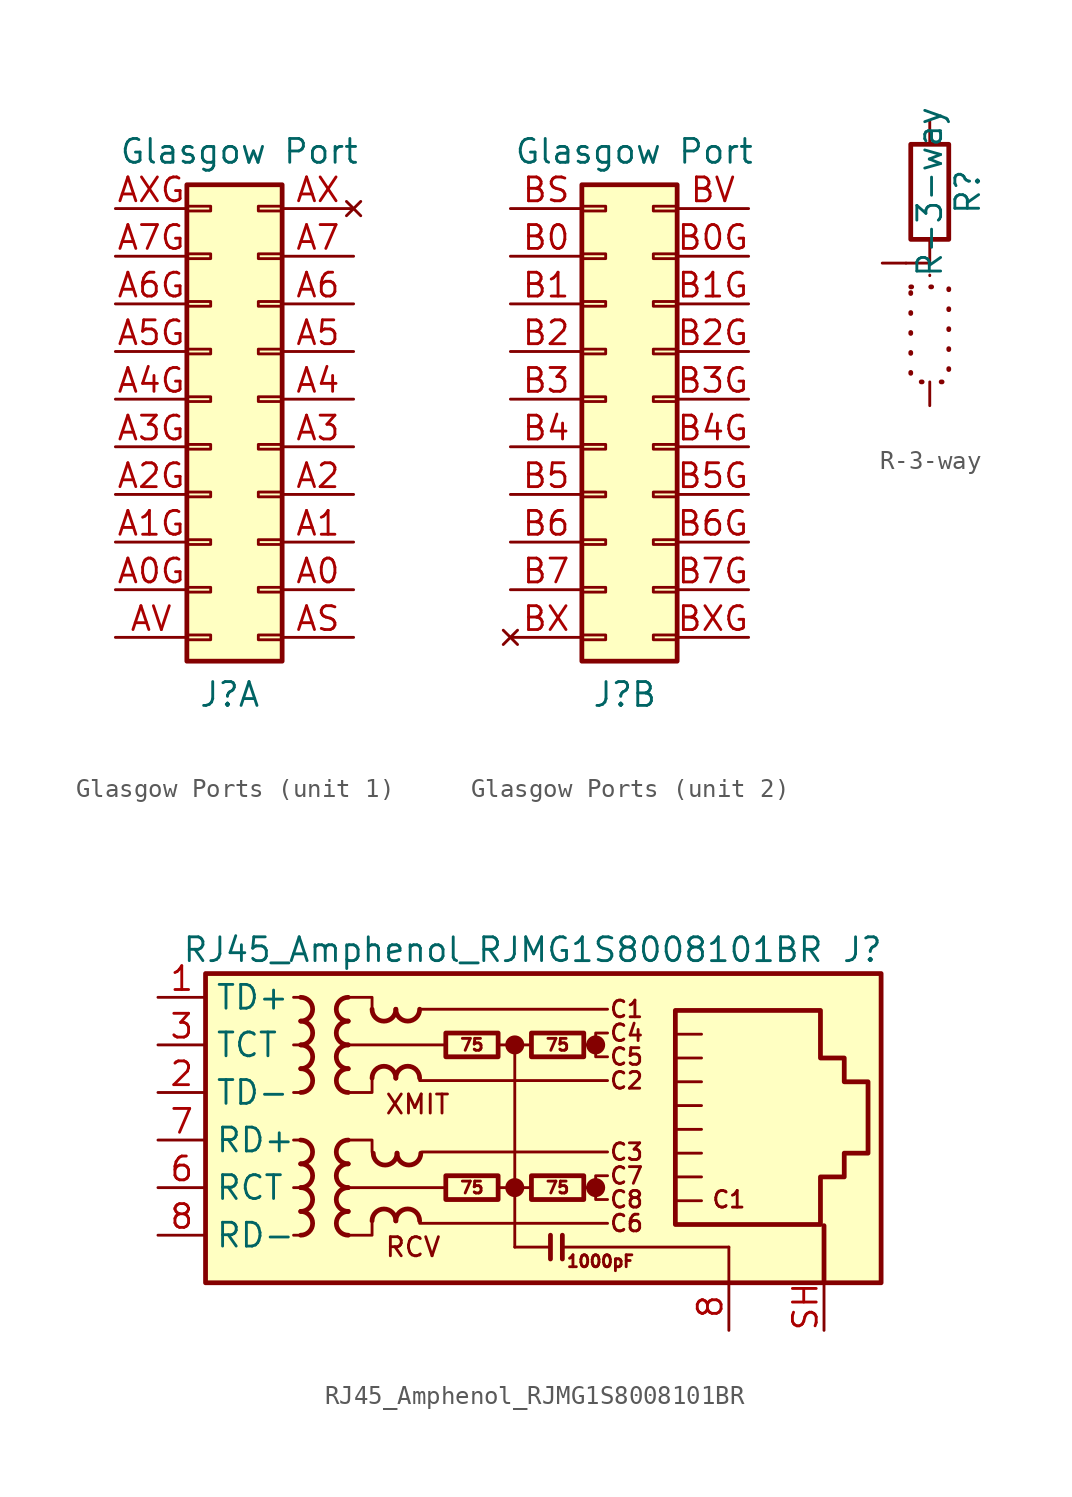
<source format=kicad_sym>
(kicad_symbol_lib
  (version 20231120)
  (generator "kicad_symbol_editor")
  (generator_version "8.0")
  (symbol "Glasgow Ports"
    (pin_names
      (offset 1.016) hide)
    (property "Reference" "J"
      (at 1.016 -13.208 0)
      (effects (font (size 1.27 1.27))))
    (property "Value" "Glasgow Port"
      (at 1.524 15.748 0)
      (effects (font (size 1.27 1.27))))
    (property "ki_locked" ""
      (at 0 0 0)
      (effects (font (size 1.27 1.27))))
    (symbol "Glasgow Ports_1_1"
      (rectangle (start -1.27 13.97) (end 3.81 -11.43) (stroke (width 0.254) (type default)) (fill (type background)))
      (rectangle (start 0 -10.033) (end -1.27 -10.287) (stroke (width 0.152) (type default)) (fill (type none)))
      (rectangle (start 0 -7.493) (end -1.27 -7.747) (stroke (width 0.152) (type default)) (fill (type none)))
      (rectangle (start 0 -5.207) (end -1.27 -4.953) (stroke (width 0.152) (type default)) (fill (type none)))
      (rectangle (start 0 -2.413) (end -1.27 -2.667) (stroke (width 0.152) (type default)) (fill (type none)))
      (rectangle (start 0 0.127) (end -1.27 -0.127) (stroke (width 0.152) (type default)) (fill (type none)))
      (rectangle (start 0 2.667) (end -1.27 2.413) (stroke (width 0.152) (type default)) (fill (type none)))
      (rectangle (start 0 5.207) (end -1.27 4.953) (stroke (width 0.152) (type default)) (fill (type none)))
      (rectangle (start 0 7.747) (end -1.27 7.493) (stroke (width 0.152) (type default)) (fill (type none)))
      (rectangle (start 0 10.287) (end -1.27 10.033) (stroke (width 0.152) (type default)) (fill (type none)))
      (rectangle (start 0 12.827) (end -1.27 12.573) (stroke (width 0.152) (type default)) (fill (type none)))
      (rectangle (start 2.54 -10.033) (end 3.81 -10.287) (stroke (width 0.152) (type default)) (fill (type none)))
      (rectangle (start 2.54 -7.493) (end 3.81 -7.747) (stroke (width 0.152) (type default)) (fill (type none)))
      (rectangle (start 2.54 -4.953) (end 3.81 -5.207) (stroke (width 0.152) (type default)) (fill (type none)))
      (rectangle (start 2.54 -2.413) (end 3.81 -2.667) (stroke (width 0.152) (type default)) (fill (type none)))
      (rectangle (start 2.54 0.127) (end 3.81 -0.127) (stroke (width 0.152) (type default)) (fill (type none)))
      (rectangle (start 2.54 2.667) (end 3.81 2.413) (stroke (width 0.152) (type default)) (fill (type none)))
      (rectangle (start 2.54 5.207) (end 3.81 4.953) (stroke (width 0.152) (type default)) (fill (type none)))
      (rectangle (start 2.54 7.747) (end 3.81 7.493) (stroke (width 0.152) (type default)) (fill (type none)))
      (rectangle (start 2.54 10.287) (end 3.81 10.033) (stroke (width 0.152) (type default)) (fill (type none)))
      (rectangle (start 2.54 12.827) (end 3.81 12.573) (stroke (width 0.152) (type default)) (fill (type none)))
      (pin bidirectional line (at 7.62 -7.62 180) (length 3.81) (name "A0" (effects (font (size 1.27 1.27)))) (number "A0" (effects (font (size 1.27 1.27)))))
      (pin power_in line (at -5.08 -7.62 0) (length 3.81) (name "A0G" (effects (font (size 1.27 1.27)))) (number "A0G" (effects (font (size 1.27 1.27)))))
      (pin bidirectional line (at 7.62 -5.08 180) (length 3.81) (name "A1" (effects (font (size 1.27 1.27)))) (number "A1" (effects (font (size 1.27 1.27)))))
      (pin power_in line (at -5.08 -5.08 0) (length 3.81) (name "A1G" (effects (font (size 1.27 1.27)))) (number "A1G" (effects (font (size 1.27 1.27)))))
      (pin bidirectional line (at 7.62 -2.54 180) (length 3.81) (name "A2" (effects (font (size 1.27 1.27)))) (number "A2" (effects (font (size 1.27 1.27)))))
      (pin power_in line (at -5.08 -2.54 0) (length 3.81) (name "A2G" (effects (font (size 1.27 1.27)))) (number "A2G" (effects (font (size 1.27 1.27)))))
      (pin bidirectional line (at 7.62 0 180) (length 3.81) (name "A3" (effects (font (size 1.27 1.27)))) (number "A3" (effects (font (size 1.27 1.27)))))
      (pin power_in line (at -5.08 0 0) (length 3.81) (name "A3G" (effects (font (size 1.27 1.27)))) (number "A3G" (effects (font (size 1.27 1.27)))))
      (pin bidirectional line (at 7.62 2.54 180) (length 3.81) (name "A4" (effects (font (size 1.27 1.27)))) (number "A4" (effects (font (size 1.27 1.27)))))
      (pin power_in line (at -5.08 2.54 0) (length 3.81) (name "A4G" (effects (font (size 1.27 1.27)))) (number "A4G" (effects (font (size 1.27 1.27)))))
      (pin bidirectional line (at 7.62 5.08 180) (length 3.81) (name "A5" (effects (font (size 1.27 1.27)))) (number "A5" (effects (font (size 1.27 1.27)))))
      (pin power_in line (at -5.08 5.08 0) (length 3.81) (name "A5G" (effects (font (size 1.27 1.27)))) (number "A5G" (effects (font (size 1.27 1.27)))))
      (pin bidirectional line (at 7.62 7.62 180) (length 3.81) (name "A6" (effects (font (size 1.27 1.27)))) (number "A6" (effects (font (size 1.27 1.27)))))
      (pin power_in line (at -5.08 7.62 0) (length 3.81) (name "A6G" (effects (font (size 1.27 1.27)))) (number "A6G" (effects (font (size 1.27 1.27)))))
      (pin bidirectional line (at 7.62 10.16 180) (length 3.81) (name "A7" (effects (font (size 1.27 1.27)))) (number "A7" (effects (font (size 1.27 1.27)))))
      (pin power_in line (at -5.08 10.16 0) (length 3.81) (name "A7G" (effects (font (size 1.27 1.27)))) (number "A7G" (effects (font (size 1.27 1.27)))))
      (pin power_in line (at 7.62 -10.16 180) (length 3.81) (name "AS" (effects (font (size 1.27 1.27)))) (number "AS" (effects (font (size 1.27 1.27)))))
      (pin power_out line (at -5.08 -10.16 0) (length 3.81) (name "AV" (effects (font (size 1.27 1.27)))) (number "AV" (effects (font (size 1.27 1.27)))))
      (pin no_connect line (at 7.62 12.7 180) (length 3.81) (name "AX" (effects (font (size 1.27 1.27)))) (number "AX" (effects (font (size 1.27 1.27)))))
      (pin power_in line (at -5.08 12.7 0) (length 3.81) (name "AXG" (effects (font (size 1.27 1.27)))) (number "AXG" (effects (font (size 1.27 1.27))))))
    (symbol "Glasgow Ports_2_1"
      (rectangle (start 0 -10.287) (end -1.27 -10.033) (stroke (width 0.152) (type default)) (fill (type none)))
      (rectangle (start 0 -7.747) (end -1.27 -7.493) (stroke (width 0.152) (type default)) (fill (type none)))
      (rectangle (start 0 -5.207) (end -1.27 -4.953) (stroke (width 0.152) (type default)) (fill (type none)))
      (rectangle (start 0 -2.667) (end -1.27 -2.413) (stroke (width 0.152) (type default)) (fill (type none)))
      (rectangle (start 0 -0.127) (end -1.27 0.127) (stroke (width 0.152) (type default)) (fill (type none)))
      (rectangle (start 0 2.413) (end -1.27 2.667) (stroke (width 0.152) (type default)) (fill (type none)))
      (rectangle (start 0 4.953) (end -1.27 5.207) (stroke (width 0.152) (type default)) (fill (type none)))
      (rectangle (start 0 7.493) (end -1.27 7.747) (stroke (width 0.152) (type default)) (fill (type none)))
      (rectangle (start 0 10.033) (end -1.27 10.287) (stroke (width 0.152) (type default)) (fill (type none)))
      (rectangle (start 0 12.573) (end -1.27 12.827) (stroke (width 0.152) (type default)) (fill (type none)))
      (rectangle (start 2.54 -10.287) (end 3.81 -10.033) (stroke (width 0.152) (type default)) (fill (type none)))
      (rectangle (start 2.54 -7.747) (end 3.81 -7.493) (stroke (width 0.152) (type default)) (fill (type none)))
      (rectangle (start 2.54 -5.207) (end 3.81 -4.953) (stroke (width 0.152) (type default)) (fill (type none)))
      (rectangle (start 2.54 -2.667) (end 3.81 -2.413) (stroke (width 0.152) (type default)) (fill (type none)))
      (rectangle (start 2.54 -0.127) (end 3.81 0.127) (stroke (width 0.152) (type default)) (fill (type none)))
      (rectangle (start 2.54 2.413) (end 3.81 2.667) (stroke (width 0.152) (type default)) (fill (type none)))
      (rectangle (start 2.54 4.953) (end 3.81 5.207) (stroke (width 0.152) (type default)) (fill (type none)))
      (rectangle (start 2.54 7.493) (end 3.81 7.747) (stroke (width 0.152) (type default)) (fill (type none)))
      (rectangle (start 2.54 10.033) (end 3.81 10.287) (stroke (width 0.152) (type default)) (fill (type none)))
      (rectangle (start 2.54 12.573) (end 3.81 12.827) (stroke (width 0.152) (type default)) (fill (type none)))
      (rectangle (start 3.81 -11.43) (end -1.27 13.97) (stroke (width 0.254) (type default)) (fill (type background)))
      (pin bidirectional line (at -5.08 10.16 0) (length 3.81) (name "B0" (effects (font (size 1.27 1.27)))) (number "B0" (effects (font (size 1.27 1.27)))))
      (pin power_in line (at 7.62 10.16 180) (length 3.81) (name "B0G" (effects (font (size 1.27 1.27)))) (number "B0G" (effects (font (size 1.27 1.27)))))
      (pin bidirectional line (at -5.08 7.62 0) (length 3.81) (name "B1" (effects (font (size 1.27 1.27)))) (number "B1" (effects (font (size 1.27 1.27)))))
      (pin power_in line (at 7.62 7.62 180) (length 3.81) (name "B1G" (effects (font (size 1.27 1.27)))) (number "B1G" (effects (font (size 1.27 1.27)))))
      (pin bidirectional line (at -5.08 5.08 0) (length 3.81) (name "B2" (effects (font (size 1.27 1.27)))) (number "B2" (effects (font (size 1.27 1.27)))))
      (pin power_in line (at 7.62 5.08 180) (length 3.81) (name "B2G" (effects (font (size 1.27 1.27)))) (number "B2G" (effects (font (size 1.27 1.27)))))
      (pin bidirectional line (at -5.08 2.54 0) (length 3.81) (name "B3" (effects (font (size 1.27 1.27)))) (number "B3" (effects (font (size 1.27 1.27)))))
      (pin power_in line (at 7.62 2.54 180) (length 3.81) (name "B3G" (effects (font (size 1.27 1.27)))) (number "B3G" (effects (font (size 1.27 1.27)))))
      (pin bidirectional line (at -5.08 0 0) (length 3.81) (name "B4" (effects (font (size 1.27 1.27)))) (number "B4" (effects (font (size 1.27 1.27)))))
      (pin power_in line (at 7.62 0 180) (length 3.81) (name "B4G" (effects (font (size 1.27 1.27)))) (number "B4G" (effects (font (size 1.27 1.27)))))
      (pin bidirectional line (at -5.08 -2.54 0) (length 3.81) (name "B5" (effects (font (size 1.27 1.27)))) (number "B5" (effects (font (size 1.27 1.27)))))
      (pin power_in line (at 7.62 -2.54 180) (length 3.81) (name "B5G" (effects (font (size 1.27 1.27)))) (number "B5G" (effects (font (size 1.27 1.27)))))
      (pin bidirectional line (at -5.08 -5.08 0) (length 3.81) (name "B6" (effects (font (size 1.27 1.27)))) (number "B6" (effects (font (size 1.27 1.27)))))
      (pin power_in line (at 7.62 -5.08 180) (length 3.81) (name "B6G" (effects (font (size 1.27 1.27)))) (number "B6G" (effects (font (size 1.27 1.27)))))
      (pin bidirectional line (at -5.08 -7.62 0) (length 3.81) (name "B7" (effects (font (size 1.27 1.27)))) (number "B7" (effects (font (size 1.27 1.27)))))
      (pin power_in line (at 7.62 -7.62 180) (length 3.81) (name "B7G" (effects (font (size 1.27 1.27)))) (number "B7G" (effects (font (size 1.27 1.27)))))
      (pin power_in line (at -5.08 12.7 0) (length 3.81) (name "BS" (effects (font (size 1.27 1.27)))) (number "BS" (effects (font (size 1.27 1.27)))))
      (pin power_out line (at 7.62 12.7 180) (length 3.81) (name "BV" (effects (font (size 1.27 1.27)))) (number "BV" (effects (font (size 1.27 1.27)))))
      (pin no_connect line (at -5.08 -10.16 0) (length 3.81) (name "BX" (effects (font (size 1.27 1.27)))) (number "BX" (effects (font (size 1.27 1.27)))))
      (pin power_in line (at 7.62 -10.16 180) (length 3.81) (name "BXG" (effects (font (size 1.27 1.27)))) (number "BXG" (effects (font (size 1.27 1.27)))))))
  (symbol "R-3-way"
    (pin_numbers hide)
    (pin_names
      (offset 0))
    (property "Reference" "R"
      (at 2.032 0 90)
      (effects (font (size 1.27 1.27))))
    (property "Value" "R-3-way"
      (at 0 0 90)
      (effects (font (size 1.27 1.27))))
    (symbol "R-3-way_0_1"
      (rectangle (start -1.016 2.54) (end 1.016 -2.54) (stroke (width 0.254) (type default)) (fill (type none)))
      (polyline (pts (xy -1.27 -3.81) (xy 0 -3.81) (xy 0 -2.54)) (stroke (width 0) (type default)) (fill (type none))))
    (symbol "R-3-way_1_0"
      (pin passive line (at 0 -11.43 90) (length 1.27) (name "" (effects (font (size 1.27 1.27)))) (number "3" (effects (font (size 1.27 1.27))))))
    (symbol "R-3-way_1_1"
      (rectangle (start -1.016 -5.08) (end 1.016 -10.16) (stroke (width 0.254) (type dot)) (fill (type none)))
      (polyline (pts (xy 0 -3.81) (xy 0 -5.08)) (stroke (width 0) (type dot)) (fill (type none)))
      (pin passive line (at 0 3.81 270) (length 1.27) (name "~" (effects (font (size 1.27 1.27)))) (number "1" (effects (font (size 1.27 1.27)))))
      (pin passive line (at -2.54 -3.81 0) (length 1.27) (name "~" (effects (font (size 1.27 1.27)))) (number "2" (effects (font (size 1.27 1.27)))))))
  (symbol "RJ45_Amphenol_RJMG1S8008101BR"
    (property "Reference" "J"
      (at 18.415 10.16 0)
      (effects (font (size 1.27 1.27)) (justify right)))
    (property "Value" "RJ45_Amphenol_RJMG1S8008101BR"
      (at -19.05 10.16 0)
      (effects (font (size 1.27 1.27)) (justify left)))
    (symbol "RJ45_Amphenol_RJMG1S8008101BR_0_0"
      (circle (center -1.27 -2.54) (radius 0.0001) (stroke (width 0.508) (type default)) (fill (type none)))
      (circle (center -1.27 5.08) (radius 0.0001) (stroke (width 0.508) (type default)) (fill (type none)))
      (polyline (pts (xy -1.27 5.08) (xy -1.27 -5.715)) (stroke (width 0) (type default)) (fill (type none)))
      (polyline (pts (xy 0.635 -5.08) (xy 0.635 -6.35)) (stroke (width 0.254) (type default)) (fill (type none)))
      (polyline (pts (xy 1.27 -5.08) (xy 1.27 -6.35)) (stroke (width 0.254) (type default)) (fill (type none)))
      (polyline (pts (xy 3.048 -2.54) (xy 2.54 -2.54)) (stroke (width 0) (type default)) (fill (type none)))
      (polyline (pts (xy 3.048 5.08) (xy 2.54 5.08)) (stroke (width 0) (type default)) (fill (type none)))
      (polyline (pts (xy 3.683 -1.905) (xy 3.048 -1.905) (xy 3.048 -3.175) (xy 3.683 -3.175)) (stroke (width 0) (type default)) (fill (type none)))
      (polyline (pts (xy 3.683 5.715) (xy 3.048 5.715) (xy 3.048 4.445) (xy 3.683 4.445)) (stroke (width 0) (type default)) (fill (type none)))
      (circle (center 3.048 -2.54) (radius 0.0001) (stroke (width 0.508) (type default)) (fill (type none)))
      (circle (center 3.048 5.08) (radius 0.0001) (stroke (width 0.508) (type default)) (fill (type none)))
      (text "C1" (at 4.699 6.985 0) (effects (font (size 0.889 0.889))))
      (text "C1" (at 10.16 -3.175 0) (effects (font (size 0.889 0.889))))
      (text "C2" (at 4.699 3.175 0) (effects (font (size 0.889 0.889))))
      (text "C3" (at 4.699 -0.635 0) (effects (font (size 0.889 0.889))))
      (text "C4" (at 4.699 5.715 0) (effects (font (size 0.889 0.889))))
      (text "C5" (at 4.699 4.445 0) (effects (font (size 0.889 0.889))))
      (text "C6" (at 4.699 -4.445 0) (effects (font (size 0.889 0.889))))
      (text "C7" (at 4.699 -1.905 0) (effects (font (size 0.889 0.889))))
      (text "C8" (at 4.699 -3.175 0) (effects (font (size 0.889 0.889))))
      (text "RCV" (at -8.255 -5.715 0) (effects (font (size 1.016 1.016)) (justify left)))
      (text "XMIT" (at -8.255 1.905 0) (effects (font (size 1.016 1.016)) (justify left))))
    (symbol "RJ45_Amphenol_RJMG1S8008101BR_0_1"
      (rectangle (start -17.78 8.89) (end 18.288 -7.62) (stroke (width 0.254) (type default)) (fill (type background)))
      (polyline (pts (xy -12.7 -5.08) (xy -13.081 -5.08)) (stroke (width 0) (type default)) (fill (type none)))
      (polyline (pts (xy -12.7 -2.54) (xy -13.081 -2.54)) (stroke (width 0) (type default)) (fill (type none)))
      (polyline (pts (xy -12.7 0) (xy -13.081 0)) (stroke (width 0) (type default)) (fill (type none)))
      (polyline (pts (xy -12.7 2.54) (xy -13.081 2.54)) (stroke (width 0) (type default)) (fill (type none)))
      (polyline (pts (xy -12.7 5.08) (xy -13.081 5.08)) (stroke (width 0) (type default)) (fill (type none)))
      (polyline (pts (xy -12.7 7.62) (xy -13.081 7.62)) (stroke (width 0) (type default)) (fill (type none)))
      (polyline (pts (xy -6.35 -4.445) (xy 3.683 -4.445)) (stroke (width 0) (type default)) (fill (type none)))
      (polyline (pts (xy -6.35 3.175) (xy 3.683 3.175)) (stroke (width 0) (type default)) (fill (type none)))
      (polyline (pts (xy -6.35 6.985) (xy 3.683 6.985)) (stroke (width 0) (type default)) (fill (type none)))
      (polyline (pts (xy -6.223 -0.635) (xy 3.683 -0.635)) (stroke (width 0) (type default)) (fill (type none)))
      (polyline (pts (xy -5.08 -2.54) (xy -10.16 -2.54)) (stroke (width 0) (type default)) (fill (type none)))
      (polyline (pts (xy -4.953 5.08) (xy -10.16 5.08)) (stroke (width 0) (type default)) (fill (type none)))
      (polyline (pts (xy -2.159 -2.54) (xy -0.381 -2.54)) (stroke (width 0) (type default)) (fill (type none)))
      (polyline (pts (xy -2.159 5.08) (xy -0.381 5.08)) (stroke (width 0) (type default)) (fill (type none)))
      (polyline (pts (xy 0.635 -5.715) (xy -1.27 -5.715)) (stroke (width 0) (type default)) (fill (type none)))
      (polyline (pts (xy 7.429 -1.968) (xy 8.7 -1.968)) (stroke (width 0) (type default)) (fill (type none)))
      (polyline (pts (xy 7.429 -0.699) (xy 8.7 -0.699)) (stroke (width 0) (type default)) (fill (type none)))
      (polyline (pts (xy 7.429 0.572) (xy 8.7 0.572)) (stroke (width 0) (type default)) (fill (type none)))
      (polyline (pts (xy 7.429 1.841) (xy 8.7 1.841)) (stroke (width 0) (type default)) (fill (type none)))
      (polyline (pts (xy 7.429 3.111) (xy 8.7 3.111)) (stroke (width 0) (type default)) (fill (type none)))
      (polyline (pts (xy 8.7 -3.239) (xy 7.429 -3.239)) (stroke (width 0) (type default)) (fill (type none)))
      (polyline (pts (xy 8.7 4.381) (xy 7.429 4.381)) (stroke (width 0) (type default)) (fill (type none)))
      (polyline (pts (xy 8.7 5.652) (xy 7.429 5.652)) (stroke (width 0) (type default)) (fill (type none)))
      (polyline (pts (xy 10.16 -5.715) (xy 1.27 -5.715)) (stroke (width 0) (type default)) (fill (type none)))
      (polyline (pts (xy 10.16 -5.715) (xy 10.16 -7.62)) (stroke (width 0) (type default)) (fill (type none)))
      (polyline (pts (xy -10.16 0) (xy -8.89 0) (xy -8.89 -0.635)) (stroke (width 0) (type default)) (fill (type none)))
      (polyline (pts (xy -10.16 7.62) (xy -8.89 7.62) (xy -8.89 6.985)) (stroke (width 0) (type default)) (fill (type none)))
      (polyline (pts (xy -8.89 -4.445) (xy -8.89 -5.08) (xy -10.16 -5.08)) (stroke (width 0) (type default)) (fill (type none)))
      (polyline (pts (xy -8.89 3.175) (xy -8.89 2.54) (xy -10.16 2.54)) (stroke (width 0) (type default)) (fill (type none))))
    (symbol "RJ45_Amphenol_RJMG1S8008101BR_1_0"
      (text "1000pF" (at 3.302 -6.477 0) (effects (font (size 0.635 0.635)))))
    (symbol "RJ45_Amphenol_RJMG1S8008101BR_1_1"
      (arc (start -12.7 -1.27) (mid -12.0677 -0.635) (end -12.7 0) (stroke (width 0.254) (type default)) (fill (type none)))
      (arc (start -12.6973 -5.08) (mid -12.065 -4.445) (end -12.6973 -3.81) (stroke (width 0.254) (type default)) (fill (type none)))
      (arc (start -12.6973 -3.81) (mid -12.065 -3.175) (end -12.6973 -2.54) (stroke (width 0.254) (type default)) (fill (type none)))
      (arc (start -12.6973 -2.54) (mid -12.065 -1.905) (end -12.6973 -1.27) (stroke (width 0.254) (type default)) (fill (type none)))
      (arc (start -12.6973 6.35) (mid -12.065 6.985) (end -12.6973 7.62) (stroke (width 0.254) (type default)) (fill (type none)))
      (arc (start -12.6946 2.54) (mid -12.0623 3.175) (end -12.6946 3.81) (stroke (width 0.254) (type default)) (fill (type none)))
      (arc (start -12.6946 3.81) (mid -12.0623 4.445) (end -12.6946 5.08) (stroke (width 0.254) (type default)) (fill (type none)))
      (arc (start -12.6946 5.08) (mid -12.0623 5.715) (end -12.6946 6.35) (stroke (width 0.254) (type default)) (fill (type none)))
      (arc (start -10.1654 -2.54) (mid -10.7977 -3.175) (end -10.1654 -3.81) (stroke (width 0.254) (type default)) (fill (type none)))
      (arc (start -10.1654 -1.27) (mid -10.7977 -1.905) (end -10.1654 -2.54) (stroke (width 0.254) (type default)) (fill (type none)))
      (arc (start -10.1654 0) (mid -10.7977 -0.635) (end -10.1654 -1.27) (stroke (width 0.254) (type default)) (fill (type none)))
      (arc (start -10.1654 5.08) (mid -10.7977 4.445) (end -10.1654 3.81) (stroke (width 0.254) (type default)) (fill (type none)))
      (arc (start -10.1654 6.35) (mid -10.7977 5.715) (end -10.1654 5.08) (stroke (width 0.254) (type default)) (fill (type none)))
      (arc (start -10.1654 7.62) (mid -10.7977 6.985) (end -10.1654 6.35) (stroke (width 0.254) (type default)) (fill (type none)))
      (arc (start -10.1627 -3.81) (mid -10.795 -4.445) (end -10.1627 -5.08) (stroke (width 0.254) (type default)) (fill (type none)))
      (arc (start -10.1627 3.81) (mid -10.795 3.175) (end -10.1627 2.54) (stroke (width 0.254) (type default)) (fill (type none)))
      (arc (start -8.89 6.9823) (mid -8.255 6.35) (end -7.62 6.9823) (stroke (width 0.254) (type default)) (fill (type none)))
      (arc (start -8.8265 -0.7012) (mid -8.1915 -1.3335) (end -7.5565 -0.7012) (stroke (width 0.254) (type default)) (fill (type none)))
      (arc (start -7.62 -4.3153) (mid -8.255 -3.683) (end -8.89 -4.3153) (stroke (width 0.254) (type default)) (fill (type none)))
      (arc (start -7.62 3.3047) (mid -8.255 3.937) (end -8.89 3.3047) (stroke (width 0.254) (type default)) (fill (type none)))
      (arc (start -7.62 6.985) (mid -6.985 6.3527) (end -6.35 6.985) (stroke (width 0.254) (type default)) (fill (type none)))
      (arc (start -7.5565 -0.6985) (mid -6.9215 -1.3308) (end -6.2865 -0.6985) (stroke (width 0.254) (type default)) (fill (type none)))
      (arc (start -6.35 -4.3126) (mid -6.985 -3.6803) (end -7.62 -4.3126) (stroke (width 0.254) (type default)) (fill (type none)))
      (arc (start -6.35 3.3074) (mid -6.985 3.9397) (end -7.62 3.3074) (stroke (width 0.254) (type default)) (fill (type none)))
      (rectangle (start -4.953 -1.905) (end -2.159 -3.175) (stroke (width 0.254) (type default)) (fill (type none)))
      (rectangle (start -4.953 5.715) (end -2.159 4.445) (stroke (width 0.254) (type default)) (fill (type none)))
      (rectangle (start -0.381 -1.905) (end 2.413 -3.175) (stroke (width 0.254) (type default)) (fill (type none)))
      (rectangle (start -0.381 5.715) (end 2.413 4.445) (stroke (width 0.254) (type default)) (fill (type none)))
      (polyline (pts (xy 15.24 -7.62) (xy 15.24 -4.572)) (stroke (width 0.254) (type default)) (fill (type none)))
      (polyline (pts (xy 7.303 -4.508) (xy 7.303 6.921) (xy 15.05 6.921) (xy 15.05 4.381) (xy 16.32 4.381) (xy 16.32 3.111) (xy 17.59 3.111) (xy 17.59 -0.699) (xy 16.32 -0.699) (xy 16.32 -1.968) (xy 15.05 -1.968) (xy 15.05 -4.508) (xy 7.303 -4.508)) (stroke (width 0.254) (type default)) (fill (type none)))
      (text "75" (at -3.556 -2.54 0) (effects (font (size 0.635 0.635))))
      (text "75" (at -3.556 5.08 0) (effects (font (size 0.635 0.635))))
      (text "75" (at 1.016 -2.54 0) (effects (font (size 0.635 0.635))))
      (text "75" (at 1.016 5.08 0) (effects (font (size 0.635 0.635))))
      (pin input line (at -20.32 7.62 0) (length 2.54) (name "TD+" (effects (font (size 1.27 1.27)))) (number "1" (effects (font (size 1.27 1.27)))))
      (pin input line (at -20.32 2.54 0) (length 2.54) (name "TD-" (effects (font (size 1.27 1.27)))) (number "2" (effects (font (size 1.27 1.27)))))
      (pin input line (at -20.32 5.08 0) (length 2.54) (name "TCT" (effects (font (size 1.27 1.27)))) (number "3" (effects (font (size 1.27 1.27)))))
      (pin input line (at -20.32 -2.54 0) (length 2.54) (name "RCT" (effects (font (size 1.27 1.27)))) (number "6" (effects (font (size 1.27 1.27)))))
      (pin input line (at -20.32 0 0) (length 2.54) (name "RD+" (effects (font (size 1.27 1.27)))) (number "7" (effects (font (size 1.27 1.27)))))
      (pin power_in line (at 10.16 -10.16 90) (length 2.54) (name "" (effects (font (size 1.27 1.27)))) (number "8" (effects (font (size 1.27 1.27)))))
      (pin input line (at -20.32 -5.08 0) (length 2.54) (name "RD-" (effects (font (size 1.27 1.27)))) (number "8" (effects (font (size 1.27 1.27)))))
      (pin no_connect line (at 20.32 0 0) (length 0) hide (name "NC" (effects (font (size 1.27 1.27)))) (number "R7" (effects (font (size 1.27 1.27)))))
      (pin passive line (at 15.24 -10.16 90) (length 2.54) (name "" (effects (font (size 1.27 1.27)))) (number "SH" (effects (font (size 1.27 1.27))))))))
</source>
